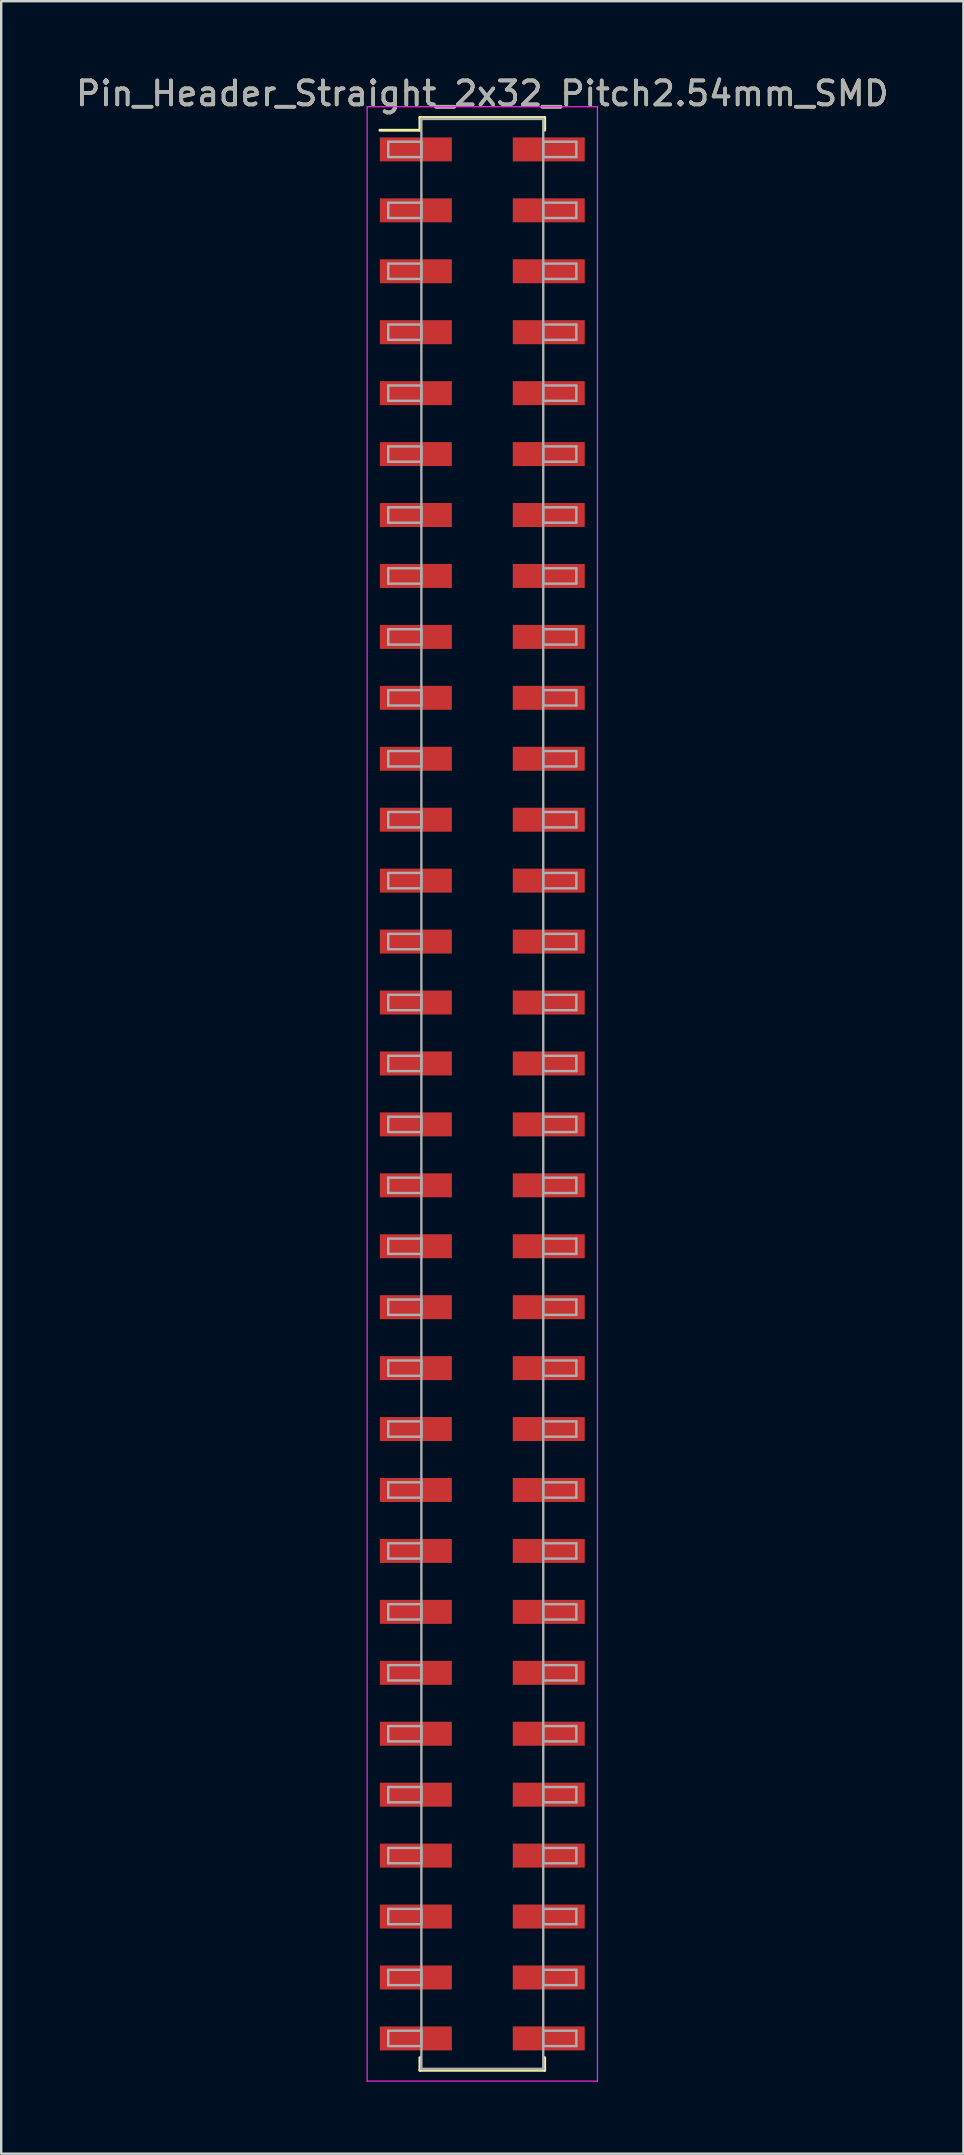
<source format=kicad_pcb>
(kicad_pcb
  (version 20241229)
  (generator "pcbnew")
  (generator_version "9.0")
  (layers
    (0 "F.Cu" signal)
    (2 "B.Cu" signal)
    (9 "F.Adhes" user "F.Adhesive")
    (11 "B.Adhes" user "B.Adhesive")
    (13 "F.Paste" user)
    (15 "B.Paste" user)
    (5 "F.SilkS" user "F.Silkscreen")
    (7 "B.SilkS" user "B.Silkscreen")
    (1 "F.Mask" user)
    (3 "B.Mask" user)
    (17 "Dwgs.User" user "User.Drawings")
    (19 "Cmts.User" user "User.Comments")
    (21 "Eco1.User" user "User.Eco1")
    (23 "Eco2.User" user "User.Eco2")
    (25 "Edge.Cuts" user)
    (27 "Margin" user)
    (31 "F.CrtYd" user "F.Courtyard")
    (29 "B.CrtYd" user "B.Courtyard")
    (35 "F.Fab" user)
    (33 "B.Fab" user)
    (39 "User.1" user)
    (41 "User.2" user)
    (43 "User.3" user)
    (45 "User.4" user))
  (footprint "Pin_Header_Straight_2x32_Pitch2.54mm_SMD"
    (layer "F.Cu")
    (at 17.054 42.548)
    (property "Reference" "Pin_Header_Straight_2x32_Pitch2.54mm_SMD" (at 0 -41.7 0) (layer "F.SilkS") (effects (font (size 1 1) (thickness 0.15))))
    (attr smd)
    (fp_line (start -4.27 -40.17) (end -2.6 -40.17) (stroke (width 0.12) (type solid)) (layer "F.SilkS"))
    (fp_line (start -2.6 -40.7) (end 2.6 -40.7) (stroke (width 0.12) (type solid)) (layer "F.SilkS"))
    (fp_line (start -2.6 -40.17) (end -2.6 -40.7) (stroke (width 0.12) (type solid)) (layer "F.SilkS"))
    (fp_line (start -2.6 40.17) (end -2.6 40.7) (stroke (width 0.12) (type solid)) (layer "F.SilkS"))
    (fp_line (start -2.6 40.7) (end 2.6 40.7) (stroke (width 0.12) (type solid)) (layer "F.SilkS"))
    (fp_line (start 2.6 -40.7) (end 2.6 -40.17) (stroke (width 0.12) (type solid)) (layer "F.SilkS"))
    (fp_line (start 2.6 40.7) (end 2.6 40.17) (stroke (width 0.12) (type solid)) (layer "F.SilkS"))
    (fp_line (start -4.8 -41.15) (end -4.8 41.15) (stroke (width 0.05) (type solid)) (layer "F.CrtYd"))
    (fp_line (start -4.8 41.15) (end 4.8 41.15) (stroke (width 0.05) (type solid)) (layer "F.CrtYd"))
    (fp_line (start 4.8 -41.15) (end -4.8 -41.15) (stroke (width 0.05) (type solid)) (layer "F.CrtYd"))
    (fp_line (start 4.8 41.15) (end 4.8 -41.15) (stroke (width 0.05) (type solid)) (layer "F.CrtYd"))
    (fp_line (start -3.92 -39.69) (end -2.54 -39.69) (stroke (width 0.1) (type solid)) (layer "F.Fab"))
    (fp_line (start -3.92 -39.05) (end -3.92 -39.69) (stroke (width 0.1) (type solid)) (layer "F.Fab"))
    (fp_line (start -3.92 -37.15) (end -2.54 -37.15) (stroke (width 0.1) (type solid)) (layer "F.Fab"))
    (fp_line (start -3.92 -36.51) (end -3.92 -37.15) (stroke (width 0.1) (type solid)) (layer "F.Fab"))
    (fp_line (start -3.92 -34.61) (end -2.54 -34.61) (stroke (width 0.1) (type solid)) (layer "F.Fab"))
    (fp_line (start -3.92 -33.97) (end -3.92 -34.61) (stroke (width 0.1) (type solid)) (layer "F.Fab"))
    (fp_line (start -3.92 -32.07) (end -2.54 -32.07) (stroke (width 0.1) (type solid)) (layer "F.Fab"))
    (fp_line (start -3.92 -31.43) (end -3.92 -32.07) (stroke (width 0.1) (type solid)) (layer "F.Fab"))
    (fp_line (start -3.92 -29.53) (end -2.54 -29.53) (stroke (width 0.1) (type solid)) (layer "F.Fab"))
    (fp_line (start -3.92 -28.89) (end -3.92 -29.53) (stroke (width 0.1) (type solid)) (layer "F.Fab"))
    (fp_line (start -3.92 -26.99) (end -2.54 -26.99) (stroke (width 0.1) (type solid)) (layer "F.Fab"))
    (fp_line (start -3.92 -26.35) (end -3.92 -26.99) (stroke (width 0.1) (type solid)) (layer "F.Fab"))
    (fp_line (start -3.92 -24.45) (end -2.54 -24.45) (stroke (width 0.1) (type solid)) (layer "F.Fab"))
    (fp_line (start -3.92 -23.81) (end -3.92 -24.45) (stroke (width 0.1) (type solid)) (layer "F.Fab"))
    (fp_line (start -3.92 -21.91) (end -2.54 -21.91) (stroke (width 0.1) (type solid)) (layer "F.Fab"))
    (fp_line (start -3.92 -21.27) (end -3.92 -21.91) (stroke (width 0.1) (type solid)) (layer "F.Fab"))
    (fp_line (start -3.92 -19.37) (end -2.54 -19.37) (stroke (width 0.1) (type solid)) (layer "F.Fab"))
    (fp_line (start -3.92 -18.73) (end -3.92 -19.37) (stroke (width 0.1) (type solid)) (layer "F.Fab"))
    (fp_line (start -3.92 -16.83) (end -2.54 -16.83) (stroke (width 0.1) (type solid)) (layer "F.Fab"))
    (fp_line (start -3.92 -16.19) (end -3.92 -16.83) (stroke (width 0.1) (type solid)) (layer "F.Fab"))
    (fp_line (start -3.92 -14.29) (end -2.54 -14.29) (stroke (width 0.1) (type solid)) (layer "F.Fab"))
    (fp_line (start -3.92 -13.65) (end -3.92 -14.29) (stroke (width 0.1) (type solid)) (layer "F.Fab"))
    (fp_line (start -3.92 -11.75) (end -2.54 -11.75) (stroke (width 0.1) (type solid)) (layer "F.Fab"))
    (fp_line (start -3.92 -11.11) (end -3.92 -11.75) (stroke (width 0.1) (type solid)) (layer "F.Fab"))
    (fp_line (start -3.92 -9.21) (end -2.54 -9.21) (stroke (width 0.1) (type solid)) (layer "F.Fab"))
    (fp_line (start -3.92 -8.57) (end -3.92 -9.21) (stroke (width 0.1) (type solid)) (layer "F.Fab"))
    (fp_line (start -3.92 -6.67) (end -2.54 -6.67) (stroke (width 0.1) (type solid)) (layer "F.Fab"))
    (fp_line (start -3.92 -6.03) (end -3.92 -6.67) (stroke (width 0.1) (type solid)) (layer "F.Fab"))
    (fp_line (start -3.92 -4.13) (end -2.54 -4.13) (stroke (width 0.1) (type solid)) (layer "F.Fab"))
    (fp_line (start -3.92 -3.49) (end -3.92 -4.13) (stroke (width 0.1) (type solid)) (layer "F.Fab"))
    (fp_line (start -3.92 -1.59) (end -2.54 -1.59) (stroke (width 0.1) (type solid)) (layer "F.Fab"))
    (fp_line (start -3.92 -0.95) (end -3.92 -1.59) (stroke (width 0.1) (type solid)) (layer "F.Fab"))
    (fp_line (start -3.92 0.95) (end -2.54 0.95) (stroke (width 0.1) (type solid)) (layer "F.Fab"))
    (fp_line (start -3.92 1.59) (end -3.92 0.95) (stroke (width 0.1) (type solid)) (layer "F.Fab"))
    (fp_line (start -3.92 3.49) (end -2.54 3.49) (stroke (width 0.1) (type solid)) (layer "F.Fab"))
    (fp_line (start -3.92 4.13) (end -3.92 3.49) (stroke (width 0.1) (type solid)) (layer "F.Fab"))
    (fp_line (start -3.92 6.03) (end -2.54 6.03) (stroke (width 0.1) (type solid)) (layer "F.Fab"))
    (fp_line (start -3.92 6.67) (end -3.92 6.03) (stroke (width 0.1) (type solid)) (layer "F.Fab"))
    (fp_line (start -3.92 8.57) (end -2.54 8.57) (stroke (width 0.1) (type solid)) (layer "F.Fab"))
    (fp_line (start -3.92 9.21) (end -3.92 8.57) (stroke (width 0.1) (type solid)) (layer "F.Fab"))
    (fp_line (start -3.92 11.11) (end -2.54 11.11) (stroke (width 0.1) (type solid)) (layer "F.Fab"))
    (fp_line (start -3.92 11.75) (end -3.92 11.11) (stroke (width 0.1) (type solid)) (layer "F.Fab"))
    (fp_line (start -3.92 13.65) (end -2.54 13.65) (stroke (width 0.1) (type solid)) (layer "F.Fab"))
    (fp_line (start -3.92 14.29) (end -3.92 13.65) (stroke (width 0.1) (type solid)) (layer "F.Fab"))
    (fp_line (start -3.92 16.19) (end -2.54 16.19) (stroke (width 0.1) (type solid)) (layer "F.Fab"))
    (fp_line (start -3.92 16.83) (end -3.92 16.19) (stroke (width 0.1) (type solid)) (layer "F.Fab"))
    (fp_line (start -3.92 18.73) (end -2.54 18.73) (stroke (width 0.1) (type solid)) (layer "F.Fab"))
    (fp_line (start -3.92 19.37) (end -3.92 18.73) (stroke (width 0.1) (type solid)) (layer "F.Fab"))
    (fp_line (start -3.92 21.27) (end -2.54 21.27) (stroke (width 0.1) (type solid)) (layer "F.Fab"))
    (fp_line (start -3.92 21.91) (end -3.92 21.27) (stroke (width 0.1) (type solid)) (layer "F.Fab"))
    (fp_line (start -3.92 23.81) (end -2.54 23.81) (stroke (width 0.1) (type solid)) (layer "F.Fab"))
    (fp_line (start -3.92 24.45) (end -3.92 23.81) (stroke (width 0.1) (type solid)) (layer "F.Fab"))
    (fp_line (start -3.92 26.35) (end -2.54 26.35) (stroke (width 0.1) (type solid)) (layer "F.Fab"))
    (fp_line (start -3.92 26.99) (end -3.92 26.35) (stroke (width 0.1) (type solid)) (layer "F.Fab"))
    (fp_line (start -3.92 28.89) (end -2.54 28.89) (stroke (width 0.1) (type solid)) (layer "F.Fab"))
    (fp_line (start -3.92 29.53) (end -3.92 28.89) (stroke (width 0.1) (type solid)) (layer "F.Fab"))
    (fp_line (start -3.92 31.43) (end -2.54 31.43) (stroke (width 0.1) (type solid)) (layer "F.Fab"))
    (fp_line (start -3.92 32.07) (end -3.92 31.43) (stroke (width 0.1) (type solid)) (layer "F.Fab"))
    (fp_line (start -3.92 33.97) (end -2.54 33.97) (stroke (width 0.1) (type solid)) (layer "F.Fab"))
    (fp_line (start -3.92 34.61) (end -3.92 33.97) (stroke (width 0.1) (type solid)) (layer "F.Fab"))
    (fp_line (start -3.92 36.51) (end -2.54 36.51) (stroke (width 0.1) (type solid)) (layer "F.Fab"))
    (fp_line (start -3.92 37.15) (end -3.92 36.51) (stroke (width 0.1) (type solid)) (layer "F.Fab"))
    (fp_line (start -3.92 39.05) (end -2.54 39.05) (stroke (width 0.1) (type solid)) (layer "F.Fab"))
    (fp_line (start -3.92 39.69) (end -3.92 39.05) (stroke (width 0.1) (type solid)) (layer "F.Fab"))
    (fp_line (start -2.54 -40.64) (end -2.54 40.64) (stroke (width 0.1) (type solid)) (layer "F.Fab"))
    (fp_line (start -2.54 -39.69) (end -2.54 -39.05) (stroke (width 0.1) (type solid)) (layer "F.Fab"))
    (fp_line (start -2.54 -39.05) (end -3.92 -39.05) (stroke (width 0.1) (type solid)) (layer "F.Fab"))
    (fp_line (start -2.54 -37.15) (end -2.54 -36.51) (stroke (width 0.1) (type solid)) (layer "F.Fab"))
    (fp_line (start -2.54 -36.51) (end -3.92 -36.51) (stroke (width 0.1) (type solid)) (layer "F.Fab"))
    (fp_line (start -2.54 -34.61) (end -2.54 -33.97) (stroke (width 0.1) (type solid)) (layer "F.Fab"))
    (fp_line (start -2.54 -33.97) (end -3.92 -33.97) (stroke (width 0.1) (type solid)) (layer "F.Fab"))
    (fp_line (start -2.54 -32.07) (end -2.54 -31.43) (stroke (width 0.1) (type solid)) (layer "F.Fab"))
    (fp_line (start -2.54 -31.43) (end -3.92 -31.43) (stroke (width 0.1) (type solid)) (layer "F.Fab"))
    (fp_line (start -2.54 -29.53) (end -2.54 -28.89) (stroke (width 0.1) (type solid)) (layer "F.Fab"))
    (fp_line (start -2.54 -28.89) (end -3.92 -28.89) (stroke (width 0.1) (type solid)) (layer "F.Fab"))
    (fp_line (start -2.54 -26.99) (end -2.54 -26.35) (stroke (width 0.1) (type solid)) (layer "F.Fab"))
    (fp_line (start -2.54 -26.35) (end -3.92 -26.35) (stroke (width 0.1) (type solid)) (layer "F.Fab"))
    (fp_line (start -2.54 -24.45) (end -2.54 -23.81) (stroke (width 0.1) (type solid)) (layer "F.Fab"))
    (fp_line (start -2.54 -23.81) (end -3.92 -23.81) (stroke (width 0.1) (type solid)) (layer "F.Fab"))
    (fp_line (start -2.54 -21.91) (end -2.54 -21.27) (stroke (width 0.1) (type solid)) (layer "F.Fab"))
    (fp_line (start -2.54 -21.27) (end -3.92 -21.27) (stroke (width 0.1) (type solid)) (layer "F.Fab"))
    (fp_line (start -2.54 -19.37) (end -2.54 -18.73) (stroke (width 0.1) (type solid)) (layer "F.Fab"))
    (fp_line (start -2.54 -18.73) (end -3.92 -18.73) (stroke (width 0.1) (type solid)) (layer "F.Fab"))
    (fp_line (start -2.54 -16.83) (end -2.54 -16.19) (stroke (width 0.1) (type solid)) (layer "F.Fab"))
    (fp_line (start -2.54 -16.19) (end -3.92 -16.19) (stroke (width 0.1) (type solid)) (layer "F.Fab"))
    (fp_line (start -2.54 -14.29) (end -2.54 -13.65) (stroke (width 0.1) (type solid)) (layer "F.Fab"))
    (fp_line (start -2.54 -13.65) (end -3.92 -13.65) (stroke (width 0.1) (type solid)) (layer "F.Fab"))
    (fp_line (start -2.54 -11.75) (end -2.54 -11.11) (stroke (width 0.1) (type solid)) (layer "F.Fab"))
    (fp_line (start -2.54 -11.11) (end -3.92 -11.11) (stroke (width 0.1) (type solid)) (layer "F.Fab"))
    (fp_line (start -2.54 -9.21) (end -2.54 -8.57) (stroke (width 0.1) (type solid)) (layer "F.Fab"))
    (fp_line (start -2.54 -8.57) (end -3.92 -8.57) (stroke (width 0.1) (type solid)) (layer "F.Fab"))
    (fp_line (start -2.54 -6.67) (end -2.54 -6.03) (stroke (width 0.1) (type solid)) (layer "F.Fab"))
    (fp_line (start -2.54 -6.03) (end -3.92 -6.03) (stroke (width 0.1) (type solid)) (layer "F.Fab"))
    (fp_line (start -2.54 -4.13) (end -2.54 -3.49) (stroke (width 0.1) (type solid)) (layer "F.Fab"))
    (fp_line (start -2.54 -3.49) (end -3.92 -3.49) (stroke (width 0.1) (type solid)) (layer "F.Fab"))
    (fp_line (start -2.54 -1.59) (end -2.54 -0.95) (stroke (width 0.1) (type solid)) (layer "F.Fab"))
    (fp_line (start -2.54 -0.95) (end -3.92 -0.95) (stroke (width 0.1) (type solid)) (layer "F.Fab"))
    (fp_line (start -2.54 0.95) (end -2.54 1.59) (stroke (width 0.1) (type solid)) (layer "F.Fab"))
    (fp_line (start -2.54 1.59) (end -3.92 1.59) (stroke (width 0.1) (type solid)) (layer "F.Fab"))
    (fp_line (start -2.54 3.49) (end -2.54 4.13) (stroke (width 0.1) (type solid)) (layer "F.Fab"))
    (fp_line (start -2.54 4.13) (end -3.92 4.13) (stroke (width 0.1) (type solid)) (layer "F.Fab"))
    (fp_line (start -2.54 6.03) (end -2.54 6.67) (stroke (width 0.1) (type solid)) (layer "F.Fab"))
    (fp_line (start -2.54 6.67) (end -3.92 6.67) (stroke (width 0.1) (type solid)) (layer "F.Fab"))
    (fp_line (start -2.54 8.57) (end -2.54 9.21) (stroke (width 0.1) (type solid)) (layer "F.Fab"))
    (fp_line (start -2.54 9.21) (end -3.92 9.21) (stroke (width 0.1) (type solid)) (layer "F.Fab"))
    (fp_line (start -2.54 11.11) (end -2.54 11.75) (stroke (width 0.1) (type solid)) (layer "F.Fab"))
    (fp_line (start -2.54 11.75) (end -3.92 11.75) (stroke (width 0.1) (type solid)) (layer "F.Fab"))
    (fp_line (start -2.54 13.65) (end -2.54 14.29) (stroke (width 0.1) (type solid)) (layer "F.Fab"))
    (fp_line (start -2.54 14.29) (end -3.92 14.29) (stroke (width 0.1) (type solid)) (layer "F.Fab"))
    (fp_line (start -2.54 16.19) (end -2.54 16.83) (stroke (width 0.1) (type solid)) (layer "F.Fab"))
    (fp_line (start -2.54 16.83) (end -3.92 16.83) (stroke (width 0.1) (type solid)) (layer "F.Fab"))
    (fp_line (start -2.54 18.73) (end -2.54 19.37) (stroke (width 0.1) (type solid)) (layer "F.Fab"))
    (fp_line (start -2.54 19.37) (end -3.92 19.37) (stroke (width 0.1) (type solid)) (layer "F.Fab"))
    (fp_line (start -2.54 21.27) (end -2.54 21.91) (stroke (width 0.1) (type solid)) (layer "F.Fab"))
    (fp_line (start -2.54 21.91) (end -3.92 21.91) (stroke (width 0.1) (type solid)) (layer "F.Fab"))
    (fp_line (start -2.54 23.81) (end -2.54 24.45) (stroke (width 0.1) (type solid)) (layer "F.Fab"))
    (fp_line (start -2.54 24.45) (end -3.92 24.45) (stroke (width 0.1) (type solid)) (layer "F.Fab"))
    (fp_line (start -2.54 26.35) (end -2.54 26.99) (stroke (width 0.1) (type solid)) (layer "F.Fab"))
    (fp_line (start -2.54 26.99) (end -3.92 26.99) (stroke (width 0.1) (type solid)) (layer "F.Fab"))
    (fp_line (start -2.54 28.89) (end -2.54 29.53) (stroke (width 0.1) (type solid)) (layer "F.Fab"))
    (fp_line (start -2.54 29.53) (end -3.92 29.53) (stroke (width 0.1) (type solid)) (layer "F.Fab"))
    (fp_line (start -2.54 31.43) (end -2.54 32.07) (stroke (width 0.1) (type solid)) (layer "F.Fab"))
    (fp_line (start -2.54 32.07) (end -3.92 32.07) (stroke (width 0.1) (type solid)) (layer "F.Fab"))
    (fp_line (start -2.54 33.97) (end -2.54 34.61) (stroke (width 0.1) (type solid)) (layer "F.Fab"))
    (fp_line (start -2.54 34.61) (end -3.92 34.61) (stroke (width 0.1) (type solid)) (layer "F.Fab"))
    (fp_line (start -2.54 36.51) (end -2.54 37.15) (stroke (width 0.1) (type solid)) (layer "F.Fab"))
    (fp_line (start -2.54 37.15) (end -3.92 37.15) (stroke (width 0.1) (type solid)) (layer "F.Fab"))
    (fp_line (start -2.54 39.05) (end -2.54 39.69) (stroke (width 0.1) (type solid)) (layer "F.Fab"))
    (fp_line (start -2.54 39.69) (end -3.92 39.69) (stroke (width 0.1) (type solid)) (layer "F.Fab"))
    (fp_line (start -2.54 40.64) (end 2.54 40.64) (stroke (width 0.1) (type solid)) (layer "F.Fab"))
    (fp_line (start 2.54 -40.64) (end -2.54 -40.64) (stroke (width 0.1) (type solid)) (layer "F.Fab"))
    (fp_line (start 2.54 -39.69) (end 2.54 -39.05) (stroke (width 0.1) (type solid)) (layer "F.Fab"))
    (fp_line (start 2.54 -39.05) (end 3.92 -39.05) (stroke (width 0.1) (type solid)) (layer "F.Fab"))
    (fp_line (start 2.54 -37.15) (end 2.54 -36.51) (stroke (width 0.1) (type solid)) (layer "F.Fab"))
    (fp_line (start 2.54 -36.51) (end 3.92 -36.51) (stroke (width 0.1) (type solid)) (layer "F.Fab"))
    (fp_line (start 2.54 -34.61) (end 2.54 -33.97) (stroke (width 0.1) (type solid)) (layer "F.Fab"))
    (fp_line (start 2.54 -33.97) (end 3.92 -33.97) (stroke (width 0.1) (type solid)) (layer "F.Fab"))
    (fp_line (start 2.54 -32.07) (end 2.54 -31.43) (stroke (width 0.1) (type solid)) (layer "F.Fab"))
    (fp_line (start 2.54 -31.43) (end 3.92 -31.43) (stroke (width 0.1) (type solid)) (layer "F.Fab"))
    (fp_line (start 2.54 -29.53) (end 2.54 -28.89) (stroke (width 0.1) (type solid)) (layer "F.Fab"))
    (fp_line (start 2.54 -28.89) (end 3.92 -28.89) (stroke (width 0.1) (type solid)) (layer "F.Fab"))
    (fp_line (start 2.54 -26.99) (end 2.54 -26.35) (stroke (width 0.1) (type solid)) (layer "F.Fab"))
    (fp_line (start 2.54 -26.35) (end 3.92 -26.35) (stroke (width 0.1) (type solid)) (layer "F.Fab"))
    (fp_line (start 2.54 -24.45) (end 2.54 -23.81) (stroke (width 0.1) (type solid)) (layer "F.Fab"))
    (fp_line (start 2.54 -23.81) (end 3.92 -23.81) (stroke (width 0.1) (type solid)) (layer "F.Fab"))
    (fp_line (start 2.54 -21.91) (end 2.54 -21.27) (stroke (width 0.1) (type solid)) (layer "F.Fab"))
    (fp_line (start 2.54 -21.27) (end 3.92 -21.27) (stroke (width 0.1) (type solid)) (layer "F.Fab"))
    (fp_line (start 2.54 -19.37) (end 2.54 -18.73) (stroke (width 0.1) (type solid)) (layer "F.Fab"))
    (fp_line (start 2.54 -18.73) (end 3.92 -18.73) (stroke (width 0.1) (type solid)) (layer "F.Fab"))
    (fp_line (start 2.54 -16.83) (end 2.54 -16.19) (stroke (width 0.1) (type solid)) (layer "F.Fab"))
    (fp_line (start 2.54 -16.19) (end 3.92 -16.19) (stroke (width 0.1) (type solid)) (layer "F.Fab"))
    (fp_line (start 2.54 -14.29) (end 2.54 -13.65) (stroke (width 0.1) (type solid)) (layer "F.Fab"))
    (fp_line (start 2.54 -13.65) (end 3.92 -13.65) (stroke (width 0.1) (type solid)) (layer "F.Fab"))
    (fp_line (start 2.54 -11.75) (end 2.54 -11.11) (stroke (width 0.1) (type solid)) (layer "F.Fab"))
    (fp_line (start 2.54 -11.11) (end 3.92 -11.11) (stroke (width 0.1) (type solid)) (layer "F.Fab"))
    (fp_line (start 2.54 -9.21) (end 2.54 -8.57) (stroke (width 0.1) (type solid)) (layer "F.Fab"))
    (fp_line (start 2.54 -8.57) (end 3.92 -8.57) (stroke (width 0.1) (type solid)) (layer "F.Fab"))
    (fp_line (start 2.54 -6.67) (end 2.54 -6.03) (stroke (width 0.1) (type solid)) (layer "F.Fab"))
    (fp_line (start 2.54 -6.03) (end 3.92 -6.03) (stroke (width 0.1) (type solid)) (layer "F.Fab"))
    (fp_line (start 2.54 -4.13) (end 2.54 -3.49) (stroke (width 0.1) (type solid)) (layer "F.Fab"))
    (fp_line (start 2.54 -3.49) (end 3.92 -3.49) (stroke (width 0.1) (type solid)) (layer "F.Fab"))
    (fp_line (start 2.54 -1.59) (end 2.54 -0.95) (stroke (width 0.1) (type solid)) (layer "F.Fab"))
    (fp_line (start 2.54 -0.95) (end 3.92 -0.95) (stroke (width 0.1) (type solid)) (layer "F.Fab"))
    (fp_line (start 2.54 0.95) (end 2.54 1.59) (stroke (width 0.1) (type solid)) (layer "F.Fab"))
    (fp_line (start 2.54 1.59) (end 3.92 1.59) (stroke (width 0.1) (type solid)) (layer "F.Fab"))
    (fp_line (start 2.54 3.49) (end 2.54 4.13) (stroke (width 0.1) (type solid)) (layer "F.Fab"))
    (fp_line (start 2.54 4.13) (end 3.92 4.13) (stroke (width 0.1) (type solid)) (layer "F.Fab"))
    (fp_line (start 2.54 6.03) (end 2.54 6.67) (stroke (width 0.1) (type solid)) (layer "F.Fab"))
    (fp_line (start 2.54 6.67) (end 3.92 6.67) (stroke (width 0.1) (type solid)) (layer "F.Fab"))
    (fp_line (start 2.54 8.57) (end 2.54 9.21) (stroke (width 0.1) (type solid)) (layer "F.Fab"))
    (fp_line (start 2.54 9.21) (end 3.92 9.21) (stroke (width 0.1) (type solid)) (layer "F.Fab"))
    (fp_line (start 2.54 11.11) (end 2.54 11.75) (stroke (width 0.1) (type solid)) (layer "F.Fab"))
    (fp_line (start 2.54 11.75) (end 3.92 11.75) (stroke (width 0.1) (type solid)) (layer "F.Fab"))
    (fp_line (start 2.54 13.65) (end 2.54 14.29) (stroke (width 0.1) (type solid)) (layer "F.Fab"))
    (fp_line (start 2.54 14.29) (end 3.92 14.29) (stroke (width 0.1) (type solid)) (layer "F.Fab"))
    (fp_line (start 2.54 16.19) (end 2.54 16.83) (stroke (width 0.1) (type solid)) (layer "F.Fab"))
    (fp_line (start 2.54 16.83) (end 3.92 16.83) (stroke (width 0.1) (type solid)) (layer "F.Fab"))
    (fp_line (start 2.54 18.73) (end 2.54 19.37) (stroke (width 0.1) (type solid)) (layer "F.Fab"))
    (fp_line (start 2.54 19.37) (end 3.92 19.37) (stroke (width 0.1) (type solid)) (layer "F.Fab"))
    (fp_line (start 2.54 21.27) (end 2.54 21.91) (stroke (width 0.1) (type solid)) (layer "F.Fab"))
    (fp_line (start 2.54 21.91) (end 3.92 21.91) (stroke (width 0.1) (type solid)) (layer "F.Fab"))
    (fp_line (start 2.54 23.81) (end 2.54 24.45) (stroke (width 0.1) (type solid)) (layer "F.Fab"))
    (fp_line (start 2.54 24.45) (end 3.92 24.45) (stroke (width 0.1) (type solid)) (layer "F.Fab"))
    (fp_line (start 2.54 26.35) (end 2.54 26.99) (stroke (width 0.1) (type solid)) (layer "F.Fab"))
    (fp_line (start 2.54 26.99) (end 3.92 26.99) (stroke (width 0.1) (type solid)) (layer "F.Fab"))
    (fp_line (start 2.54 28.89) (end 2.54 29.53) (stroke (width 0.1) (type solid)) (layer "F.Fab"))
    (fp_line (start 2.54 29.53) (end 3.92 29.53) (stroke (width 0.1) (type solid)) (layer "F.Fab"))
    (fp_line (start 2.54 31.43) (end 2.54 32.07) (stroke (width 0.1) (type solid)) (layer "F.Fab"))
    (fp_line (start 2.54 32.07) (end 3.92 32.07) (stroke (width 0.1) (type solid)) (layer "F.Fab"))
    (fp_line (start 2.54 33.97) (end 2.54 34.61) (stroke (width 0.1) (type solid)) (layer "F.Fab"))
    (fp_line (start 2.54 34.61) (end 3.92 34.61) (stroke (width 0.1) (type solid)) (layer "F.Fab"))
    (fp_line (start 2.54 36.51) (end 2.54 37.15) (stroke (width 0.1) (type solid)) (layer "F.Fab"))
    (fp_line (start 2.54 37.15) (end 3.92 37.15) (stroke (width 0.1) (type solid)) (layer "F.Fab"))
    (fp_line (start 2.54 39.05) (end 2.54 39.69) (stroke (width 0.1) (type solid)) (layer "F.Fab"))
    (fp_line (start 2.54 39.69) (end 3.92 39.69) (stroke (width 0.1) (type solid)) (layer "F.Fab"))
    (fp_line (start 2.54 40.64) (end 2.54 -40.64) (stroke (width 0.1) (type solid)) (layer "F.Fab"))
    (fp_line (start 3.92 -39.69) (end 2.54 -39.69) (stroke (width 0.1) (type solid)) (layer "F.Fab"))
    (fp_line (start 3.92 -39.05) (end 3.92 -39.69) (stroke (width 0.1) (type solid)) (layer "F.Fab"))
    (fp_line (start 3.92 -37.15) (end 2.54 -37.15) (stroke (width 0.1) (type solid)) (layer "F.Fab"))
    (fp_line (start 3.92 -36.51) (end 3.92 -37.15) (stroke (width 0.1) (type solid)) (layer "F.Fab"))
    (fp_line (start 3.92 -34.61) (end 2.54 -34.61) (stroke (width 0.1) (type solid)) (layer "F.Fab"))
    (fp_line (start 3.92 -33.97) (end 3.92 -34.61) (stroke (width 0.1) (type solid)) (layer "F.Fab"))
    (fp_line (start 3.92 -32.07) (end 2.54 -32.07) (stroke (width 0.1) (type solid)) (layer "F.Fab"))
    (fp_line (start 3.92 -31.43) (end 3.92 -32.07) (stroke (width 0.1) (type solid)) (layer "F.Fab"))
    (fp_line (start 3.92 -29.53) (end 2.54 -29.53) (stroke (width 0.1) (type solid)) (layer "F.Fab"))
    (fp_line (start 3.92 -28.89) (end 3.92 -29.53) (stroke (width 0.1) (type solid)) (layer "F.Fab"))
    (fp_line (start 3.92 -26.99) (end 2.54 -26.99) (stroke (width 0.1) (type solid)) (layer "F.Fab"))
    (fp_line (start 3.92 -26.35) (end 3.92 -26.99) (stroke (width 0.1) (type solid)) (layer "F.Fab"))
    (fp_line (start 3.92 -24.45) (end 2.54 -24.45) (stroke (width 0.1) (type solid)) (layer "F.Fab"))
    (fp_line (start 3.92 -23.81) (end 3.92 -24.45) (stroke (width 0.1) (type solid)) (layer "F.Fab"))
    (fp_line (start 3.92 -21.91) (end 2.54 -21.91) (stroke (width 0.1) (type solid)) (layer "F.Fab"))
    (fp_line (start 3.92 -21.27) (end 3.92 -21.91) (stroke (width 0.1) (type solid)) (layer "F.Fab"))
    (fp_line (start 3.92 -19.37) (end 2.54 -19.37) (stroke (width 0.1) (type solid)) (layer "F.Fab"))
    (fp_line (start 3.92 -18.73) (end 3.92 -19.37) (stroke (width 0.1) (type solid)) (layer "F.Fab"))
    (fp_line (start 3.92 -16.83) (end 2.54 -16.83) (stroke (width 0.1) (type solid)) (layer "F.Fab"))
    (fp_line (start 3.92 -16.19) (end 3.92 -16.83) (stroke (width 0.1) (type solid)) (layer "F.Fab"))
    (fp_line (start 3.92 -14.29) (end 2.54 -14.29) (stroke (width 0.1) (type solid)) (layer "F.Fab"))
    (fp_line (start 3.92 -13.65) (end 3.92 -14.29) (stroke (width 0.1) (type solid)) (layer "F.Fab"))
    (fp_line (start 3.92 -11.75) (end 2.54 -11.75) (stroke (width 0.1) (type solid)) (layer "F.Fab"))
    (fp_line (start 3.92 -11.11) (end 3.92 -11.75) (stroke (width 0.1) (type solid)) (layer "F.Fab"))
    (fp_line (start 3.92 -9.21) (end 2.54 -9.21) (stroke (width 0.1) (type solid)) (layer "F.Fab"))
    (fp_line (start 3.92 -8.57) (end 3.92 -9.21) (stroke (width 0.1) (type solid)) (layer "F.Fab"))
    (fp_line (start 3.92 -6.67) (end 2.54 -6.67) (stroke (width 0.1) (type solid)) (layer "F.Fab"))
    (fp_line (start 3.92 -6.03) (end 3.92 -6.67) (stroke (width 0.1) (type solid)) (layer "F.Fab"))
    (fp_line (start 3.92 -4.13) (end 2.54 -4.13) (stroke (width 0.1) (type solid)) (layer "F.Fab"))
    (fp_line (start 3.92 -3.49) (end 3.92 -4.13) (stroke (width 0.1) (type solid)) (layer "F.Fab"))
    (fp_line (start 3.92 -1.59) (end 2.54 -1.59) (stroke (width 0.1) (type solid)) (layer "F.Fab"))
    (fp_line (start 3.92 -0.95) (end 3.92 -1.59) (stroke (width 0.1) (type solid)) (layer "F.Fab"))
    (fp_line (start 3.92 0.95) (end 2.54 0.95) (stroke (width 0.1) (type solid)) (layer "F.Fab"))
    (fp_line (start 3.92 1.59) (end 3.92 0.95) (stroke (width 0.1) (type solid)) (layer "F.Fab"))
    (fp_line (start 3.92 3.49) (end 2.54 3.49) (stroke (width 0.1) (type solid)) (layer "F.Fab"))
    (fp_line (start 3.92 4.13) (end 3.92 3.49) (stroke (width 0.1) (type solid)) (layer "F.Fab"))
    (fp_line (start 3.92 6.03) (end 2.54 6.03) (stroke (width 0.1) (type solid)) (layer "F.Fab"))
    (fp_line (start 3.92 6.67) (end 3.92 6.03) (stroke (width 0.1) (type solid)) (layer "F.Fab"))
    (fp_line (start 3.92 8.57) (end 2.54 8.57) (stroke (width 0.1) (type solid)) (layer "F.Fab"))
    (fp_line (start 3.92 9.21) (end 3.92 8.57) (stroke (width 0.1) (type solid)) (layer "F.Fab"))
    (fp_line (start 3.92 11.11) (end 2.54 11.11) (stroke (width 0.1) (type solid)) (layer "F.Fab"))
    (fp_line (start 3.92 11.75) (end 3.92 11.11) (stroke (width 0.1) (type solid)) (layer "F.Fab"))
    (fp_line (start 3.92 13.65) (end 2.54 13.65) (stroke (width 0.1) (type solid)) (layer "F.Fab"))
    (fp_line (start 3.92 14.29) (end 3.92 13.65) (stroke (width 0.1) (type solid)) (layer "F.Fab"))
    (fp_line (start 3.92 16.19) (end 2.54 16.19) (stroke (width 0.1) (type solid)) (layer "F.Fab"))
    (fp_line (start 3.92 16.83) (end 3.92 16.19) (stroke (width 0.1) (type solid)) (layer "F.Fab"))
    (fp_line (start 3.92 18.73) (end 2.54 18.73) (stroke (width 0.1) (type solid)) (layer "F.Fab"))
    (fp_line (start 3.92 19.37) (end 3.92 18.73) (stroke (width 0.1) (type solid)) (layer "F.Fab"))
    (fp_line (start 3.92 21.27) (end 2.54 21.27) (stroke (width 0.1) (type solid)) (layer "F.Fab"))
    (fp_line (start 3.92 21.91) (end 3.92 21.27) (stroke (width 0.1) (type solid)) (layer "F.Fab"))
    (fp_line (start 3.92 23.81) (end 2.54 23.81) (stroke (width 0.1) (type solid)) (layer "F.Fab"))
    (fp_line (start 3.92 24.45) (end 3.92 23.81) (stroke (width 0.1) (type solid)) (layer "F.Fab"))
    (fp_line (start 3.92 26.35) (end 2.54 26.35) (stroke (width 0.1) (type solid)) (layer "F.Fab"))
    (fp_line (start 3.92 26.99) (end 3.92 26.35) (stroke (width 0.1) (type solid)) (layer "F.Fab"))
    (fp_line (start 3.92 28.89) (end 2.54 28.89) (stroke (width 0.1) (type solid)) (layer "F.Fab"))
    (fp_line (start 3.92 29.53) (end 3.92 28.89) (stroke (width 0.1) (type solid)) (layer "F.Fab"))
    (fp_line (start 3.92 31.43) (end 2.54 31.43) (stroke (width 0.1) (type solid)) (layer "F.Fab"))
    (fp_line (start 3.92 32.07) (end 3.92 31.43) (stroke (width 0.1) (type solid)) (layer "F.Fab"))
    (fp_line (start 3.92 33.97) (end 2.54 33.97) (stroke (width 0.1) (type solid)) (layer "F.Fab"))
    (fp_line (start 3.92 34.61) (end 3.92 33.97) (stroke (width 0.1) (type solid)) (layer "F.Fab"))
    (fp_line (start 3.92 36.51) (end 2.54 36.51) (stroke (width 0.1) (type solid)) (layer "F.Fab"))
    (fp_line (start 3.92 37.15) (end 3.92 36.51) (stroke (width 0.1) (type solid)) (layer "F.Fab"))
    (fp_line (start 3.92 39.05) (end 2.54 39.05) (stroke (width 0.1) (type solid)) (layer "F.Fab"))
    (fp_line (start 3.92 39.69) (end 3.92 39.05) (stroke (width 0.1) (type solid)) (layer "F.Fab"))
    (fp_text user "${REFERENCE}" (at 0 -41.7 0) (layer "F.Fab") (effects (font (size 1 1) (thickness 0.15))))
    (pad "1" smd rect (at -2.77 -39.37) (size 3 1) (layers "F.Cu" "F.Mask" "F.Paste"))
    (pad "2" smd rect (at 2.77 -39.37) (size 3 1) (layers "F.Cu" "F.Mask" "F.Paste"))
    (pad "3" smd rect (at -2.77 -36.83) (size 3 1) (layers "F.Cu" "F.Mask" "F.Paste"))
    (pad "4" smd rect (at 2.77 -36.83) (size 3 1) (layers "F.Cu" "F.Mask" "F.Paste"))
    (pad "5" smd rect (at -2.77 -34.29) (size 3 1) (layers "F.Cu" "F.Mask" "F.Paste"))
    (pad "6" smd rect (at 2.77 -34.29) (size 3 1) (layers "F.Cu" "F.Mask" "F.Paste"))
    (pad "7" smd rect (at -2.77 -31.75) (size 3 1) (layers "F.Cu" "F.Mask" "F.Paste"))
    (pad "8" smd rect (at 2.77 -31.75) (size 3 1) (layers "F.Cu" "F.Mask" "F.Paste"))
    (pad "9" smd rect (at -2.77 -29.21) (size 3 1) (layers "F.Cu" "F.Mask" "F.Paste"))
    (pad "10" smd rect (at 2.77 -29.21) (size 3 1) (layers "F.Cu" "F.Mask" "F.Paste"))
    (pad "11" smd rect (at -2.77 -26.67) (size 3 1) (layers "F.Cu" "F.Mask" "F.Paste"))
    (pad "12" smd rect (at 2.77 -26.67) (size 3 1) (layers "F.Cu" "F.Mask" "F.Paste"))
    (pad "13" smd rect (at -2.77 -24.13) (size 3 1) (layers "F.Cu" "F.Mask" "F.Paste"))
    (pad "14" smd rect (at 2.77 -24.13) (size 3 1) (layers "F.Cu" "F.Mask" "F.Paste"))
    (pad "15" smd rect (at -2.77 -21.59) (size 3 1) (layers "F.Cu" "F.Mask" "F.Paste"))
    (pad "16" smd rect (at 2.77 -21.59) (size 3 1) (layers "F.Cu" "F.Mask" "F.Paste"))
    (pad "17" smd rect (at -2.77 -19.05) (size 3 1) (layers "F.Cu" "F.Mask" "F.Paste"))
    (pad "18" smd rect (at 2.77 -19.05) (size 3 1) (layers "F.Cu" "F.Mask" "F.Paste"))
    (pad "19" smd rect (at -2.77 -16.51) (size 3 1) (layers "F.Cu" "F.Mask" "F.Paste"))
    (pad "20" smd rect (at 2.77 -16.51) (size 3 1) (layers "F.Cu" "F.Mask" "F.Paste"))
    (pad "21" smd rect (at -2.77 -13.97) (size 3 1) (layers "F.Cu" "F.Mask" "F.Paste"))
    (pad "22" smd rect (at 2.77 -13.97) (size 3 1) (layers "F.Cu" "F.Mask" "F.Paste"))
    (pad "23" smd rect (at -2.77 -11.43) (size 3 1) (layers "F.Cu" "F.Mask" "F.Paste"))
    (pad "24" smd rect (at 2.77 -11.43) (size 3 1) (layers "F.Cu" "F.Mask" "F.Paste"))
    (pad "25" smd rect (at -2.77 -8.89) (size 3 1) (layers "F.Cu" "F.Mask" "F.Paste"))
    (pad "26" smd rect (at 2.77 -8.89) (size 3 1) (layers "F.Cu" "F.Mask" "F.Paste"))
    (pad "27" smd rect (at -2.77 -6.35) (size 3 1) (layers "F.Cu" "F.Mask" "F.Paste"))
    (pad "28" smd rect (at 2.77 -6.35) (size 3 1) (layers "F.Cu" "F.Mask" "F.Paste"))
    (pad "29" smd rect (at -2.77 -3.81) (size 3 1) (layers "F.Cu" "F.Mask" "F.Paste"))
    (pad "30" smd rect (at 2.77 -3.81) (size 3 1) (layers "F.Cu" "F.Mask" "F.Paste"))
    (pad "31" smd rect (at -2.77 -1.27) (size 3 1) (layers "F.Cu" "F.Mask" "F.Paste"))
    (pad "32" smd rect (at 2.77 -1.27) (size 3 1) (layers "F.Cu" "F.Mask" "F.Paste"))
    (pad "33" smd rect (at -2.77 1.27) (size 3 1) (layers "F.Cu" "F.Mask" "F.Paste"))
    (pad "34" smd rect (at 2.77 1.27) (size 3 1) (layers "F.Cu" "F.Mask" "F.Paste"))
    (pad "35" smd rect (at -2.77 3.81) (size 3 1) (layers "F.Cu" "F.Mask" "F.Paste"))
    (pad "36" smd rect (at 2.77 3.81) (size 3 1) (layers "F.Cu" "F.Mask" "F.Paste"))
    (pad "37" smd rect (at -2.77 6.35) (size 3 1) (layers "F.Cu" "F.Mask" "F.Paste"))
    (pad "38" smd rect (at 2.77 6.35) (size 3 1) (layers "F.Cu" "F.Mask" "F.Paste"))
    (pad "39" smd rect (at -2.77 8.89) (size 3 1) (layers "F.Cu" "F.Mask" "F.Paste"))
    (pad "40" smd rect (at 2.77 8.89) (size 3 1) (layers "F.Cu" "F.Mask" "F.Paste"))
    (pad "41" smd rect (at -2.77 11.43) (size 3 1) (layers "F.Cu" "F.Mask" "F.Paste"))
    (pad "42" smd rect (at 2.77 11.43) (size 3 1) (layers "F.Cu" "F.Mask" "F.Paste"))
    (pad "43" smd rect (at -2.77 13.97) (size 3 1) (layers "F.Cu" "F.Mask" "F.Paste"))
    (pad "44" smd rect (at 2.77 13.97) (size 3 1) (layers "F.Cu" "F.Mask" "F.Paste"))
    (pad "45" smd rect (at -2.77 16.51) (size 3 1) (layers "F.Cu" "F.Mask" "F.Paste"))
    (pad "46" smd rect (at 2.77 16.51) (size 3 1) (layers "F.Cu" "F.Mask" "F.Paste"))
    (pad "47" smd rect (at -2.77 19.05) (size 3 1) (layers "F.Cu" "F.Mask" "F.Paste"))
    (pad "48" smd rect (at 2.77 19.05) (size 3 1) (layers "F.Cu" "F.Mask" "F.Paste"))
    (pad "49" smd rect (at -2.77 21.59) (size 3 1) (layers "F.Cu" "F.Mask" "F.Paste"))
    (pad "50" smd rect (at 2.77 21.59) (size 3 1) (layers "F.Cu" "F.Mask" "F.Paste"))
    (pad "51" smd rect (at -2.77 24.13) (size 3 1) (layers "F.Cu" "F.Mask" "F.Paste"))
    (pad "52" smd rect (at 2.77 24.13) (size 3 1) (layers "F.Cu" "F.Mask" "F.Paste"))
    (pad "53" smd rect (at -2.77 26.67) (size 3 1) (layers "F.Cu" "F.Mask" "F.Paste"))
    (pad "54" smd rect (at 2.77 26.67) (size 3 1) (layers "F.Cu" "F.Mask" "F.Paste"))
    (pad "55" smd rect (at -2.77 29.21) (size 3 1) (layers "F.Cu" "F.Mask" "F.Paste"))
    (pad "56" smd rect (at 2.77 29.21) (size 3 1) (layers "F.Cu" "F.Mask" "F.Paste"))
    (pad "57" smd rect (at -2.77 31.75) (size 3 1) (layers "F.Cu" "F.Mask" "F.Paste"))
    (pad "58" smd rect (at 2.77 31.75) (size 3 1) (layers "F.Cu" "F.Mask" "F.Paste"))
    (pad "59" smd rect (at -2.77 34.29) (size 3 1) (layers "F.Cu" "F.Mask" "F.Paste"))
    (pad "60" smd rect (at 2.77 34.29) (size 3 1) (layers "F.Cu" "F.Mask" "F.Paste"))
    (pad "61" smd rect (at -2.77 36.83) (size 3 1) (layers "F.Cu" "F.Mask" "F.Paste"))
    (pad "62" smd rect (at 2.77 36.83) (size 3 1) (layers "F.Cu" "F.Mask" "F.Paste"))
    (pad "63" smd rect (at -2.77 39.37) (size 3 1) (layers "F.Cu" "F.Mask" "F.Paste"))
    (pad "64" smd rect (at 2.77 39.37) (size 3 1) (layers "F.Cu" "F.Mask" "F.Paste")))
  (gr_rect
    (start -3 -3)
    (end 37.107 86.723)
    (stroke (width 0.1) (type default))
    (fill no)
    (layer "Edge.Cuts")))
</source>
